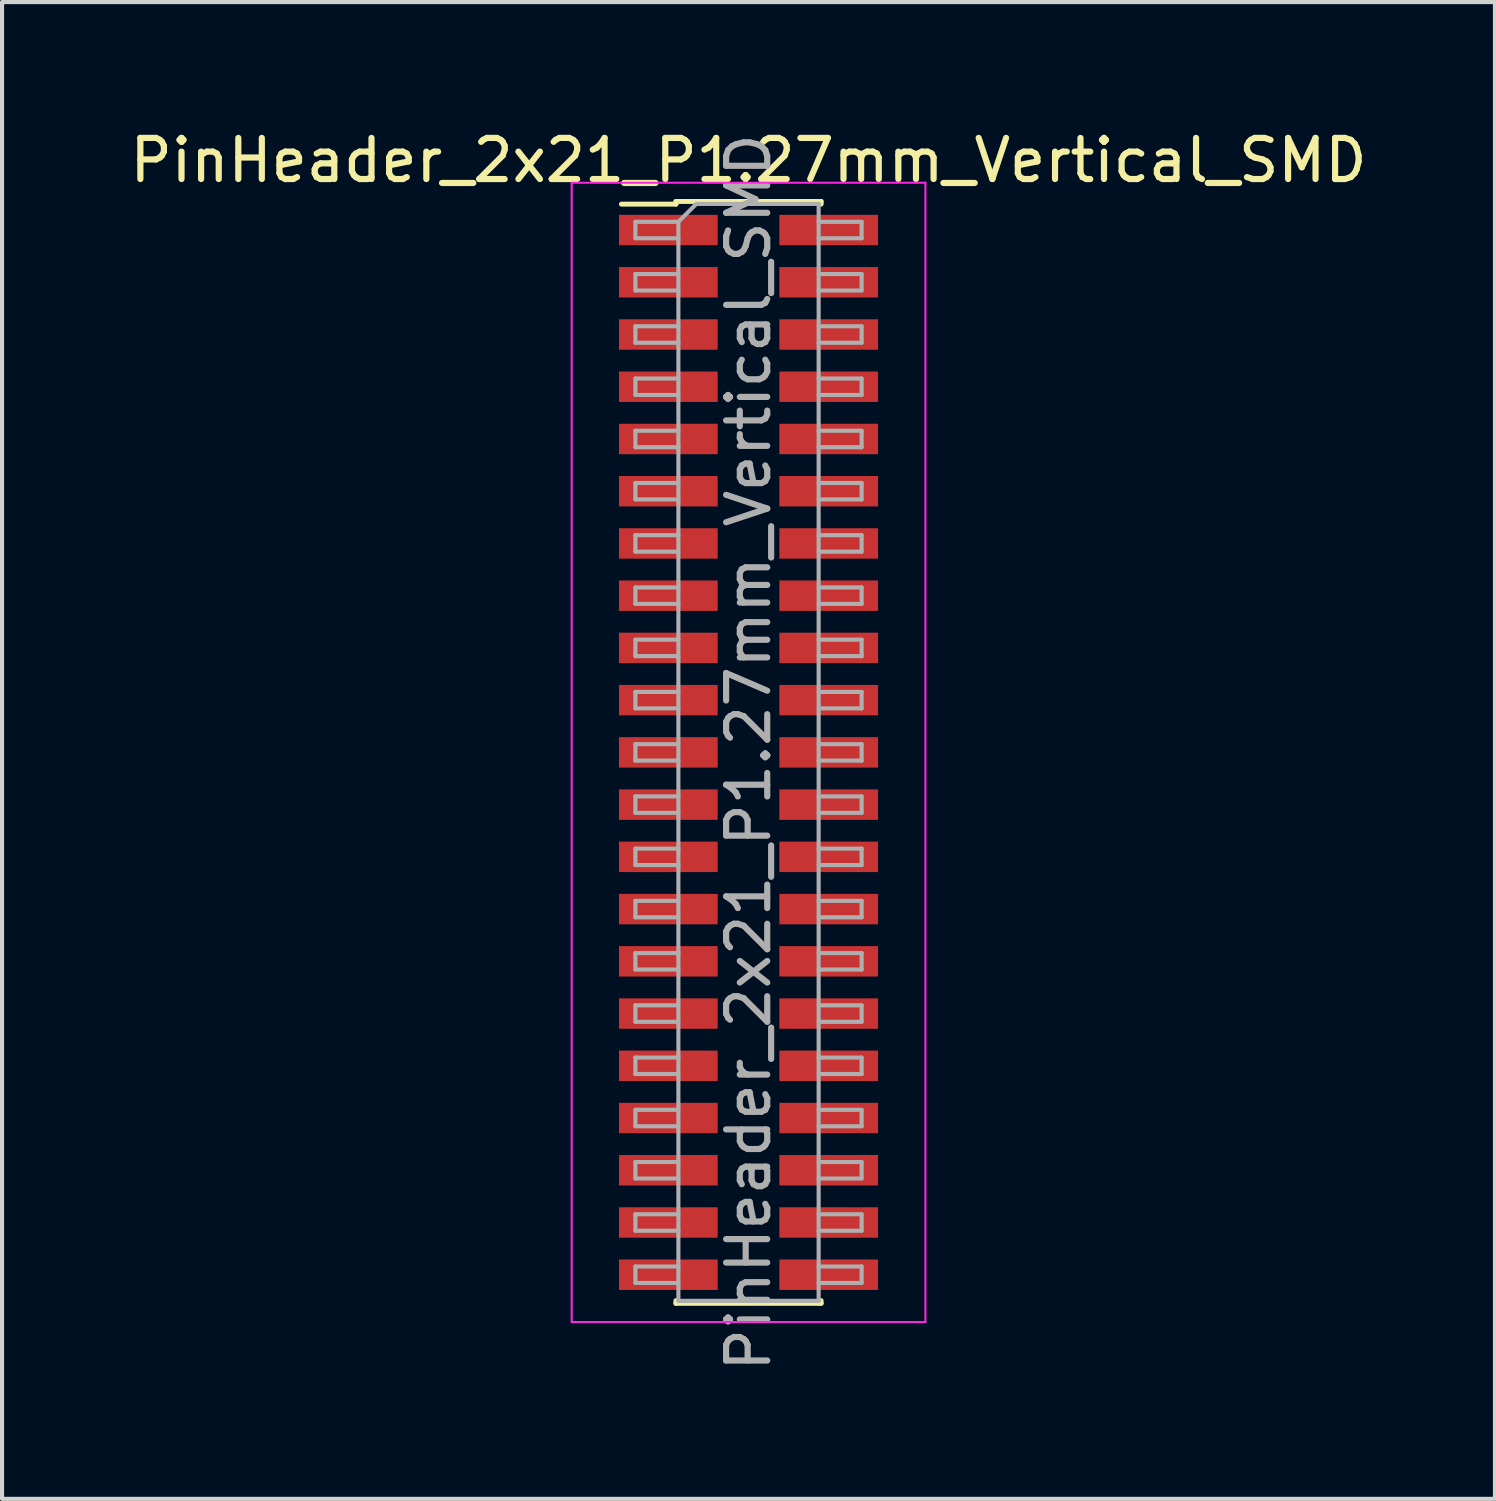
<source format=kicad_pcb>
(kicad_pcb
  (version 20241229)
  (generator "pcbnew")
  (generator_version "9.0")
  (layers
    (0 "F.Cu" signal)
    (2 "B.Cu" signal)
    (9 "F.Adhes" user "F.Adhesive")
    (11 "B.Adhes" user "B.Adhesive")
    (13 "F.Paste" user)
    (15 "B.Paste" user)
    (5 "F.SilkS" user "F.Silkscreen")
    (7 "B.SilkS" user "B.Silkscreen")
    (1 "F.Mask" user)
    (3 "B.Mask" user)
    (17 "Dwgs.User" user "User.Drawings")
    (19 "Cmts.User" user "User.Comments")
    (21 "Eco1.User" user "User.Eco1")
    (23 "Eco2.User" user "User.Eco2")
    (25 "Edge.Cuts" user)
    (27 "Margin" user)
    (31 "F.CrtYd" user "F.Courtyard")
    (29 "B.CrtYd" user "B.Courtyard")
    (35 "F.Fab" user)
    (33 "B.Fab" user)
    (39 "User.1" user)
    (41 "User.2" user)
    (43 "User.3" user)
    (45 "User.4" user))
  (footprint "PinHeader_2x21_P1.27mm_Vertical_SMD"
    (layer "F.Cu")
    (at 15.149 15.243)
    (property "Reference" "PinHeader_2x21_P1.27mm_Vertical_SMD" (at 0 -14.395 0) (layer "F.SilkS") (effects (font (size 1 1) (thickness 0.15))))
    (attr smd)
    (fp_line (start -3.09 -13.33) (end -1.765 -13.33) (stroke (width 0.12) (type solid)) (layer "F.SilkS"))
    (fp_line (start -1.765 -13.395) (end -1.765 -13.33) (stroke (width 0.12) (type solid)) (layer "F.SilkS"))
    (fp_line (start -1.765 -13.395) (end 1.765 -13.395) (stroke (width 0.12) (type solid)) (layer "F.SilkS"))
    (fp_line (start -1.765 13.33) (end -1.765 13.395) (stroke (width 0.12) (type solid)) (layer "F.SilkS"))
    (fp_line (start -1.765 13.395) (end 1.765 13.395) (stroke (width 0.12) (type solid)) (layer "F.SilkS"))
    (fp_line (start 1.765 -13.395) (end 1.765 -13.33) (stroke (width 0.12) (type solid)) (layer "F.SilkS"))
    (fp_line (start 1.765 13.33) (end 1.765 13.395) (stroke (width 0.12) (type solid)) (layer "F.SilkS"))
    (fp_line (start -4.3 -13.85) (end -4.3 13.85) (stroke (width 0.05) (type solid)) (layer "F.CrtYd"))
    (fp_line (start -4.3 13.85) (end 4.3 13.85) (stroke (width 0.05) (type solid)) (layer "F.CrtYd"))
    (fp_line (start 4.3 -13.85) (end -4.3 -13.85) (stroke (width 0.05) (type solid)) (layer "F.CrtYd"))
    (fp_line (start 4.3 13.85) (end 4.3 -13.85) (stroke (width 0.05) (type solid)) (layer "F.CrtYd"))
    (fp_line (start -2.75 -12.9) (end -2.75 -12.5) (stroke (width 0.1) (type solid)) (layer "F.Fab"))
    (fp_line (start -2.75 -12.5) (end -1.705 -12.5) (stroke (width 0.1) (type solid)) (layer "F.Fab"))
    (fp_line (start -2.75 -11.63) (end -2.75 -11.23) (stroke (width 0.1) (type solid)) (layer "F.Fab"))
    (fp_line (start -2.75 -11.23) (end -1.705 -11.23) (stroke (width 0.1) (type solid)) (layer "F.Fab"))
    (fp_line (start -2.75 -10.36) (end -2.75 -9.96) (stroke (width 0.1) (type solid)) (layer "F.Fab"))
    (fp_line (start -2.75 -9.96) (end -1.705 -9.96) (stroke (width 0.1) (type solid)) (layer "F.Fab"))
    (fp_line (start -2.75 -9.09) (end -2.75 -8.69) (stroke (width 0.1) (type solid)) (layer "F.Fab"))
    (fp_line (start -2.75 -8.69) (end -1.705 -8.69) (stroke (width 0.1) (type solid)) (layer "F.Fab"))
    (fp_line (start -2.75 -7.82) (end -2.75 -7.42) (stroke (width 0.1) (type solid)) (layer "F.Fab"))
    (fp_line (start -2.75 -7.42) (end -1.705 -7.42) (stroke (width 0.1) (type solid)) (layer "F.Fab"))
    (fp_line (start -2.75 -6.55) (end -2.75 -6.15) (stroke (width 0.1) (type solid)) (layer "F.Fab"))
    (fp_line (start -2.75 -6.15) (end -1.705 -6.15) (stroke (width 0.1) (type solid)) (layer "F.Fab"))
    (fp_line (start -2.75 -5.28) (end -2.75 -4.88) (stroke (width 0.1) (type solid)) (layer "F.Fab"))
    (fp_line (start -2.75 -4.88) (end -1.705 -4.88) (stroke (width 0.1) (type solid)) (layer "F.Fab"))
    (fp_line (start -2.75 -4.01) (end -2.75 -3.61) (stroke (width 0.1) (type solid)) (layer "F.Fab"))
    (fp_line (start -2.75 -3.61) (end -1.705 -3.61) (stroke (width 0.1) (type solid)) (layer "F.Fab"))
    (fp_line (start -2.75 -2.74) (end -2.75 -2.34) (stroke (width 0.1) (type solid)) (layer "F.Fab"))
    (fp_line (start -2.75 -2.34) (end -1.705 -2.34) (stroke (width 0.1) (type solid)) (layer "F.Fab"))
    (fp_line (start -2.75 -1.47) (end -2.75 -1.07) (stroke (width 0.1) (type solid)) (layer "F.Fab"))
    (fp_line (start -2.75 -1.07) (end -1.705 -1.07) (stroke (width 0.1) (type solid)) (layer "F.Fab"))
    (fp_line (start -2.75 -0.2) (end -2.75 0.2) (stroke (width 0.1) (type solid)) (layer "F.Fab"))
    (fp_line (start -2.75 0.2) (end -1.705 0.2) (stroke (width 0.1) (type solid)) (layer "F.Fab"))
    (fp_line (start -2.75 1.07) (end -2.75 1.47) (stroke (width 0.1) (type solid)) (layer "F.Fab"))
    (fp_line (start -2.75 1.47) (end -1.705 1.47) (stroke (width 0.1) (type solid)) (layer "F.Fab"))
    (fp_line (start -2.75 2.34) (end -2.75 2.74) (stroke (width 0.1) (type solid)) (layer "F.Fab"))
    (fp_line (start -2.75 2.74) (end -1.705 2.74) (stroke (width 0.1) (type solid)) (layer "F.Fab"))
    (fp_line (start -2.75 3.61) (end -2.75 4.01) (stroke (width 0.1) (type solid)) (layer "F.Fab"))
    (fp_line (start -2.75 4.01) (end -1.705 4.01) (stroke (width 0.1) (type solid)) (layer "F.Fab"))
    (fp_line (start -2.75 4.88) (end -2.75 5.28) (stroke (width 0.1) (type solid)) (layer "F.Fab"))
    (fp_line (start -2.75 5.28) (end -1.705 5.28) (stroke (width 0.1) (type solid)) (layer "F.Fab"))
    (fp_line (start -2.75 6.15) (end -2.75 6.55) (stroke (width 0.1) (type solid)) (layer "F.Fab"))
    (fp_line (start -2.75 6.55) (end -1.705 6.55) (stroke (width 0.1) (type solid)) (layer "F.Fab"))
    (fp_line (start -2.75 7.42) (end -2.75 7.82) (stroke (width 0.1) (type solid)) (layer "F.Fab"))
    (fp_line (start -2.75 7.82) (end -1.705 7.82) (stroke (width 0.1) (type solid)) (layer "F.Fab"))
    (fp_line (start -2.75 8.69) (end -2.75 9.09) (stroke (width 0.1) (type solid)) (layer "F.Fab"))
    (fp_line (start -2.75 9.09) (end -1.705 9.09) (stroke (width 0.1) (type solid)) (layer "F.Fab"))
    (fp_line (start -2.75 9.96) (end -2.75 10.36) (stroke (width 0.1) (type solid)) (layer "F.Fab"))
    (fp_line (start -2.75 10.36) (end -1.705 10.36) (stroke (width 0.1) (type solid)) (layer "F.Fab"))
    (fp_line (start -2.75 11.23) (end -2.75 11.63) (stroke (width 0.1) (type solid)) (layer "F.Fab"))
    (fp_line (start -2.75 11.63) (end -1.705 11.63) (stroke (width 0.1) (type solid)) (layer "F.Fab"))
    (fp_line (start -2.75 12.5) (end -2.75 12.9) (stroke (width 0.1) (type solid)) (layer "F.Fab"))
    (fp_line (start -2.75 12.9) (end -1.705 12.9) (stroke (width 0.1) (type solid)) (layer "F.Fab"))
    (fp_line (start -1.705 -12.9) (end -2.75 -12.9) (stroke (width 0.1) (type solid)) (layer "F.Fab"))
    (fp_line (start -1.705 -12.9) (end -1.27 -13.335) (stroke (width 0.1) (type solid)) (layer "F.Fab"))
    (fp_line (start -1.705 -11.63) (end -2.75 -11.63) (stroke (width 0.1) (type solid)) (layer "F.Fab"))
    (fp_line (start -1.705 -10.36) (end -2.75 -10.36) (stroke (width 0.1) (type solid)) (layer "F.Fab"))
    (fp_line (start -1.705 -9.09) (end -2.75 -9.09) (stroke (width 0.1) (type solid)) (layer "F.Fab"))
    (fp_line (start -1.705 -7.82) (end -2.75 -7.82) (stroke (width 0.1) (type solid)) (layer "F.Fab"))
    (fp_line (start -1.705 -6.55) (end -2.75 -6.55) (stroke (width 0.1) (type solid)) (layer "F.Fab"))
    (fp_line (start -1.705 -5.28) (end -2.75 -5.28) (stroke (width 0.1) (type solid)) (layer "F.Fab"))
    (fp_line (start -1.705 -4.01) (end -2.75 -4.01) (stroke (width 0.1) (type solid)) (layer "F.Fab"))
    (fp_line (start -1.705 -2.74) (end -2.75 -2.74) (stroke (width 0.1) (type solid)) (layer "F.Fab"))
    (fp_line (start -1.705 -1.47) (end -2.75 -1.47) (stroke (width 0.1) (type solid)) (layer "F.Fab"))
    (fp_line (start -1.705 -0.2) (end -2.75 -0.2) (stroke (width 0.1) (type solid)) (layer "F.Fab"))
    (fp_line (start -1.705 1.07) (end -2.75 1.07) (stroke (width 0.1) (type solid)) (layer "F.Fab"))
    (fp_line (start -1.705 2.34) (end -2.75 2.34) (stroke (width 0.1) (type solid)) (layer "F.Fab"))
    (fp_line (start -1.705 3.61) (end -2.75 3.61) (stroke (width 0.1) (type solid)) (layer "F.Fab"))
    (fp_line (start -1.705 4.88) (end -2.75 4.88) (stroke (width 0.1) (type solid)) (layer "F.Fab"))
    (fp_line (start -1.705 6.15) (end -2.75 6.15) (stroke (width 0.1) (type solid)) (layer "F.Fab"))
    (fp_line (start -1.705 7.42) (end -2.75 7.42) (stroke (width 0.1) (type solid)) (layer "F.Fab"))
    (fp_line (start -1.705 8.69) (end -2.75 8.69) (stroke (width 0.1) (type solid)) (layer "F.Fab"))
    (fp_line (start -1.705 9.96) (end -2.75 9.96) (stroke (width 0.1) (type solid)) (layer "F.Fab"))
    (fp_line (start -1.705 11.23) (end -2.75 11.23) (stroke (width 0.1) (type solid)) (layer "F.Fab"))
    (fp_line (start -1.705 12.5) (end -2.75 12.5) (stroke (width 0.1) (type solid)) (layer "F.Fab"))
    (fp_line (start -1.705 13.335) (end -1.705 -12.9) (stroke (width 0.1) (type solid)) (layer "F.Fab"))
    (fp_line (start -1.27 -13.335) (end 1.705 -13.335) (stroke (width 0.1) (type solid)) (layer "F.Fab"))
    (fp_line (start 1.705 -13.335) (end 1.705 13.335) (stroke (width 0.1) (type solid)) (layer "F.Fab"))
    (fp_line (start 1.705 -12.9) (end 2.75 -12.9) (stroke (width 0.1) (type solid)) (layer "F.Fab"))
    (fp_line (start 1.705 -11.63) (end 2.75 -11.63) (stroke (width 0.1) (type solid)) (layer "F.Fab"))
    (fp_line (start 1.705 -10.36) (end 2.75 -10.36) (stroke (width 0.1) (type solid)) (layer "F.Fab"))
    (fp_line (start 1.705 -9.09) (end 2.75 -9.09) (stroke (width 0.1) (type solid)) (layer "F.Fab"))
    (fp_line (start 1.705 -7.82) (end 2.75 -7.82) (stroke (width 0.1) (type solid)) (layer "F.Fab"))
    (fp_line (start 1.705 -6.55) (end 2.75 -6.55) (stroke (width 0.1) (type solid)) (layer "F.Fab"))
    (fp_line (start 1.705 -5.28) (end 2.75 -5.28) (stroke (width 0.1) (type solid)) (layer "F.Fab"))
    (fp_line (start 1.705 -4.01) (end 2.75 -4.01) (stroke (width 0.1) (type solid)) (layer "F.Fab"))
    (fp_line (start 1.705 -2.74) (end 2.75 -2.74) (stroke (width 0.1) (type solid)) (layer "F.Fab"))
    (fp_line (start 1.705 -1.47) (end 2.75 -1.47) (stroke (width 0.1) (type solid)) (layer "F.Fab"))
    (fp_line (start 1.705 -0.2) (end 2.75 -0.2) (stroke (width 0.1) (type solid)) (layer "F.Fab"))
    (fp_line (start 1.705 1.07) (end 2.75 1.07) (stroke (width 0.1) (type solid)) (layer "F.Fab"))
    (fp_line (start 1.705 2.34) (end 2.75 2.34) (stroke (width 0.1) (type solid)) (layer "F.Fab"))
    (fp_line (start 1.705 3.61) (end 2.75 3.61) (stroke (width 0.1) (type solid)) (layer "F.Fab"))
    (fp_line (start 1.705 4.88) (end 2.75 4.88) (stroke (width 0.1) (type solid)) (layer "F.Fab"))
    (fp_line (start 1.705 6.15) (end 2.75 6.15) (stroke (width 0.1) (type solid)) (layer "F.Fab"))
    (fp_line (start 1.705 7.42) (end 2.75 7.42) (stroke (width 0.1) (type solid)) (layer "F.Fab"))
    (fp_line (start 1.705 8.69) (end 2.75 8.69) (stroke (width 0.1) (type solid)) (layer "F.Fab"))
    (fp_line (start 1.705 9.96) (end 2.75 9.96) (stroke (width 0.1) (type solid)) (layer "F.Fab"))
    (fp_line (start 1.705 11.23) (end 2.75 11.23) (stroke (width 0.1) (type solid)) (layer "F.Fab"))
    (fp_line (start 1.705 12.5) (end 2.75 12.5) (stroke (width 0.1) (type solid)) (layer "F.Fab"))
    (fp_line (start 1.705 13.335) (end -1.705 13.335) (stroke (width 0.1) (type solid)) (layer "F.Fab"))
    (fp_line (start 2.75 -12.9) (end 2.75 -12.5) (stroke (width 0.1) (type solid)) (layer "F.Fab"))
    (fp_line (start 2.75 -12.5) (end 1.705 -12.5) (stroke (width 0.1) (type solid)) (layer "F.Fab"))
    (fp_line (start 2.75 -11.63) (end 2.75 -11.23) (stroke (width 0.1) (type solid)) (layer "F.Fab"))
    (fp_line (start 2.75 -11.23) (end 1.705 -11.23) (stroke (width 0.1) (type solid)) (layer "F.Fab"))
    (fp_line (start 2.75 -10.36) (end 2.75 -9.96) (stroke (width 0.1) (type solid)) (layer "F.Fab"))
    (fp_line (start 2.75 -9.96) (end 1.705 -9.96) (stroke (width 0.1) (type solid)) (layer "F.Fab"))
    (fp_line (start 2.75 -9.09) (end 2.75 -8.69) (stroke (width 0.1) (type solid)) (layer "F.Fab"))
    (fp_line (start 2.75 -8.69) (end 1.705 -8.69) (stroke (width 0.1) (type solid)) (layer "F.Fab"))
    (fp_line (start 2.75 -7.82) (end 2.75 -7.42) (stroke (width 0.1) (type solid)) (layer "F.Fab"))
    (fp_line (start 2.75 -7.42) (end 1.705 -7.42) (stroke (width 0.1) (type solid)) (layer "F.Fab"))
    (fp_line (start 2.75 -6.55) (end 2.75 -6.15) (stroke (width 0.1) (type solid)) (layer "F.Fab"))
    (fp_line (start 2.75 -6.15) (end 1.705 -6.15) (stroke (width 0.1) (type solid)) (layer "F.Fab"))
    (fp_line (start 2.75 -5.28) (end 2.75 -4.88) (stroke (width 0.1) (type solid)) (layer "F.Fab"))
    (fp_line (start 2.75 -4.88) (end 1.705 -4.88) (stroke (width 0.1) (type solid)) (layer "F.Fab"))
    (fp_line (start 2.75 -4.01) (end 2.75 -3.61) (stroke (width 0.1) (type solid)) (layer "F.Fab"))
    (fp_line (start 2.75 -3.61) (end 1.705 -3.61) (stroke (width 0.1) (type solid)) (layer "F.Fab"))
    (fp_line (start 2.75 -2.74) (end 2.75 -2.34) (stroke (width 0.1) (type solid)) (layer "F.Fab"))
    (fp_line (start 2.75 -2.34) (end 1.705 -2.34) (stroke (width 0.1) (type solid)) (layer "F.Fab"))
    (fp_line (start 2.75 -1.47) (end 2.75 -1.07) (stroke (width 0.1) (type solid)) (layer "F.Fab"))
    (fp_line (start 2.75 -1.07) (end 1.705 -1.07) (stroke (width 0.1) (type solid)) (layer "F.Fab"))
    (fp_line (start 2.75 -0.2) (end 2.75 0.2) (stroke (width 0.1) (type solid)) (layer "F.Fab"))
    (fp_line (start 2.75 0.2) (end 1.705 0.2) (stroke (width 0.1) (type solid)) (layer "F.Fab"))
    (fp_line (start 2.75 1.07) (end 2.75 1.47) (stroke (width 0.1) (type solid)) (layer "F.Fab"))
    (fp_line (start 2.75 1.47) (end 1.705 1.47) (stroke (width 0.1) (type solid)) (layer "F.Fab"))
    (fp_line (start 2.75 2.34) (end 2.75 2.74) (stroke (width 0.1) (type solid)) (layer "F.Fab"))
    (fp_line (start 2.75 2.74) (end 1.705 2.74) (stroke (width 0.1) (type solid)) (layer "F.Fab"))
    (fp_line (start 2.75 3.61) (end 2.75 4.01) (stroke (width 0.1) (type solid)) (layer "F.Fab"))
    (fp_line (start 2.75 4.01) (end 1.705 4.01) (stroke (width 0.1) (type solid)) (layer "F.Fab"))
    (fp_line (start 2.75 4.88) (end 2.75 5.28) (stroke (width 0.1) (type solid)) (layer "F.Fab"))
    (fp_line (start 2.75 5.28) (end 1.705 5.28) (stroke (width 0.1) (type solid)) (layer "F.Fab"))
    (fp_line (start 2.75 6.15) (end 2.75 6.55) (stroke (width 0.1) (type solid)) (layer "F.Fab"))
    (fp_line (start 2.75 6.55) (end 1.705 6.55) (stroke (width 0.1) (type solid)) (layer "F.Fab"))
    (fp_line (start 2.75 7.42) (end 2.75 7.82) (stroke (width 0.1) (type solid)) (layer "F.Fab"))
    (fp_line (start 2.75 7.82) (end 1.705 7.82) (stroke (width 0.1) (type solid)) (layer "F.Fab"))
    (fp_line (start 2.75 8.69) (end 2.75 9.09) (stroke (width 0.1) (type solid)) (layer "F.Fab"))
    (fp_line (start 2.75 9.09) (end 1.705 9.09) (stroke (width 0.1) (type solid)) (layer "F.Fab"))
    (fp_line (start 2.75 9.96) (end 2.75 10.36) (stroke (width 0.1) (type solid)) (layer "F.Fab"))
    (fp_line (start 2.75 10.36) (end 1.705 10.36) (stroke (width 0.1) (type solid)) (layer "F.Fab"))
    (fp_line (start 2.75 11.23) (end 2.75 11.63) (stroke (width 0.1) (type solid)) (layer "F.Fab"))
    (fp_line (start 2.75 11.63) (end 1.705 11.63) (stroke (width 0.1) (type solid)) (layer "F.Fab"))
    (fp_line (start 2.75 12.5) (end 2.75 12.9) (stroke (width 0.1) (type solid)) (layer "F.Fab"))
    (fp_line (start 2.75 12.9) (end 1.705 12.9) (stroke (width 0.1) (type solid)) (layer "F.Fab"))
    (fp_text user "${REFERENCE}" (at 0 0 90) (layer "F.Fab") (effects (font (size 1 1) (thickness 0.15))))
    (pad "1" smd rect (at -1.95 -12.7) (size 2.4 0.74) (layers "F.Cu" "F.Mask" "F.Paste"))
    (pad "2" smd rect (at 1.95 -12.7) (size 2.4 0.74) (layers "F.Cu" "F.Mask" "F.Paste"))
    (pad "3" smd rect (at -1.95 -11.43) (size 2.4 0.74) (layers "F.Cu" "F.Mask" "F.Paste"))
    (pad "4" smd rect (at 1.95 -11.43) (size 2.4 0.74) (layers "F.Cu" "F.Mask" "F.Paste"))
    (pad "5" smd rect (at -1.95 -10.16) (size 2.4 0.74) (layers "F.Cu" "F.Mask" "F.Paste"))
    (pad "6" smd rect (at 1.95 -10.16) (size 2.4 0.74) (layers "F.Cu" "F.Mask" "F.Paste"))
    (pad "7" smd rect (at -1.95 -8.89) (size 2.4 0.74) (layers "F.Cu" "F.Mask" "F.Paste"))
    (pad "8" smd rect (at 1.95 -8.89) (size 2.4 0.74) (layers "F.Cu" "F.Mask" "F.Paste"))
    (pad "9" smd rect (at -1.95 -7.62) (size 2.4 0.74) (layers "F.Cu" "F.Mask" "F.Paste"))
    (pad "10" smd rect (at 1.95 -7.62) (size 2.4 0.74) (layers "F.Cu" "F.Mask" "F.Paste"))
    (pad "11" smd rect (at -1.95 -6.35) (size 2.4 0.74) (layers "F.Cu" "F.Mask" "F.Paste"))
    (pad "12" smd rect (at 1.95 -6.35) (size 2.4 0.74) (layers "F.Cu" "F.Mask" "F.Paste"))
    (pad "13" smd rect (at -1.95 -5.08) (size 2.4 0.74) (layers "F.Cu" "F.Mask" "F.Paste"))
    (pad "14" smd rect (at 1.95 -5.08) (size 2.4 0.74) (layers "F.Cu" "F.Mask" "F.Paste"))
    (pad "15" smd rect (at -1.95 -3.81) (size 2.4 0.74) (layers "F.Cu" "F.Mask" "F.Paste"))
    (pad "16" smd rect (at 1.95 -3.81) (size 2.4 0.74) (layers "F.Cu" "F.Mask" "F.Paste"))
    (pad "17" smd rect (at -1.95 -2.54) (size 2.4 0.74) (layers "F.Cu" "F.Mask" "F.Paste"))
    (pad "18" smd rect (at 1.95 -2.54) (size 2.4 0.74) (layers "F.Cu" "F.Mask" "F.Paste"))
    (pad "19" smd rect (at -1.95 -1.27) (size 2.4 0.74) (layers "F.Cu" "F.Mask" "F.Paste"))
    (pad "20" smd rect (at 1.95 -1.27) (size 2.4 0.74) (layers "F.Cu" "F.Mask" "F.Paste"))
    (pad "21" smd rect (at -1.95 0) (size 2.4 0.74) (layers "F.Cu" "F.Mask" "F.Paste"))
    (pad "22" smd rect (at 1.95 0) (size 2.4 0.74) (layers "F.Cu" "F.Mask" "F.Paste"))
    (pad "23" smd rect (at -1.95 1.27) (size 2.4 0.74) (layers "F.Cu" "F.Mask" "F.Paste"))
    (pad "24" smd rect (at 1.95 1.27) (size 2.4 0.74) (layers "F.Cu" "F.Mask" "F.Paste"))
    (pad "25" smd rect (at -1.95 2.54) (size 2.4 0.74) (layers "F.Cu" "F.Mask" "F.Paste"))
    (pad "26" smd rect (at 1.95 2.54) (size 2.4 0.74) (layers "F.Cu" "F.Mask" "F.Paste"))
    (pad "27" smd rect (at -1.95 3.81) (size 2.4 0.74) (layers "F.Cu" "F.Mask" "F.Paste"))
    (pad "28" smd rect (at 1.95 3.81) (size 2.4 0.74) (layers "F.Cu" "F.Mask" "F.Paste"))
    (pad "29" smd rect (at -1.95 5.08) (size 2.4 0.74) (layers "F.Cu" "F.Mask" "F.Paste"))
    (pad "30" smd rect (at 1.95 5.08) (size 2.4 0.74) (layers "F.Cu" "F.Mask" "F.Paste"))
    (pad "31" smd rect (at -1.95 6.35) (size 2.4 0.74) (layers "F.Cu" "F.Mask" "F.Paste"))
    (pad "32" smd rect (at 1.95 6.35) (size 2.4 0.74) (layers "F.Cu" "F.Mask" "F.Paste"))
    (pad "33" smd rect (at -1.95 7.62) (size 2.4 0.74) (layers "F.Cu" "F.Mask" "F.Paste"))
    (pad "34" smd rect (at 1.95 7.62) (size 2.4 0.74) (layers "F.Cu" "F.Mask" "F.Paste"))
    (pad "35" smd rect (at -1.95 8.89) (size 2.4 0.74) (layers "F.Cu" "F.Mask" "F.Paste"))
    (pad "36" smd rect (at 1.95 8.89) (size 2.4 0.74) (layers "F.Cu" "F.Mask" "F.Paste"))
    (pad "37" smd rect (at -1.95 10.16) (size 2.4 0.74) (layers "F.Cu" "F.Mask" "F.Paste"))
    (pad "38" smd rect (at 1.95 10.16) (size 2.4 0.74) (layers "F.Cu" "F.Mask" "F.Paste"))
    (pad "39" smd rect (at -1.95 11.43) (size 2.4 0.74) (layers "F.Cu" "F.Mask" "F.Paste"))
    (pad "40" smd rect (at 1.95 11.43) (size 2.4 0.74) (layers "F.Cu" "F.Mask" "F.Paste"))
    (pad "41" smd rect (at -1.95 12.7) (size 2.4 0.74) (layers "F.Cu" "F.Mask" "F.Paste"))
    (pad "42" smd rect (at 1.95 12.7) (size 2.4 0.74) (layers "F.Cu" "F.Mask" "F.Paste")))
  (gr_rect
    (start -3 -3)
    (end 33.298 33.392)
    (stroke (width 0.1) (type default))
    (fill no)
    (layer "Edge.Cuts")))
</source>
